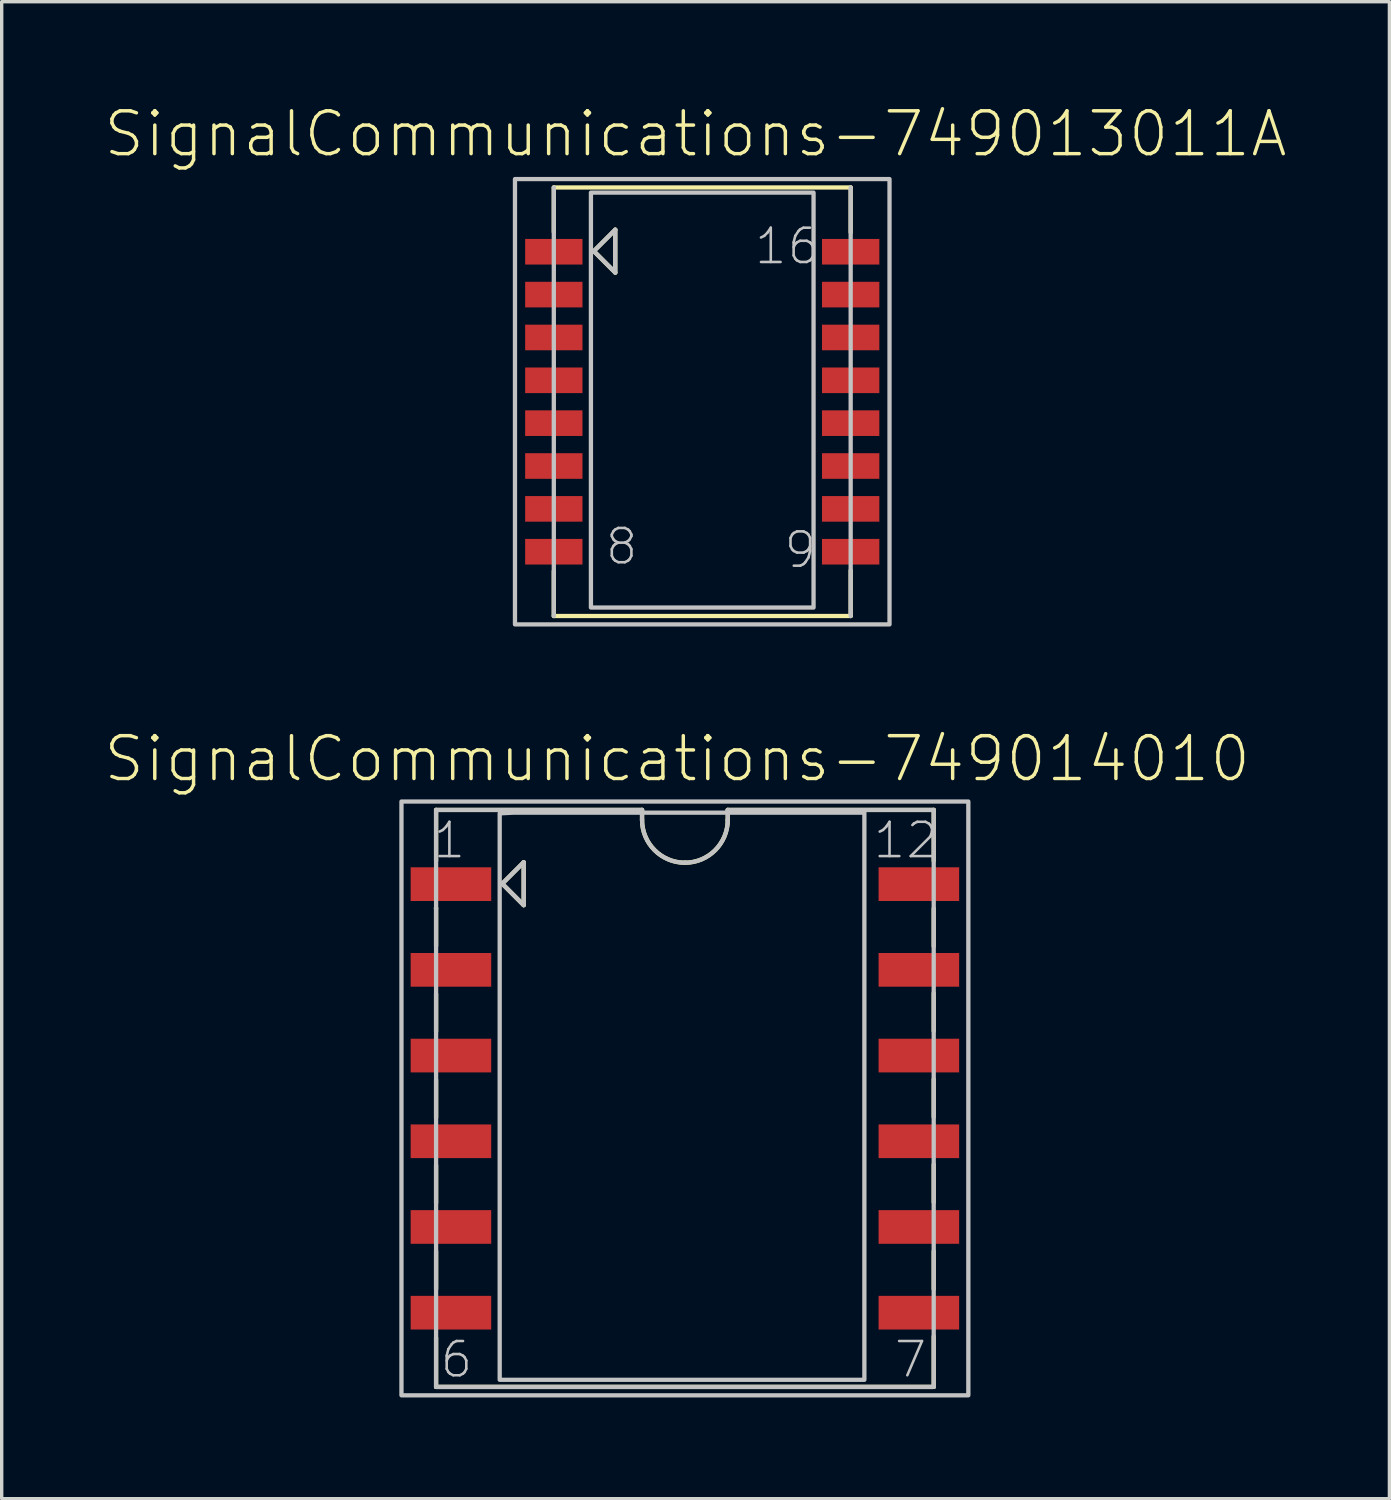
<source format=kicad_pcb>
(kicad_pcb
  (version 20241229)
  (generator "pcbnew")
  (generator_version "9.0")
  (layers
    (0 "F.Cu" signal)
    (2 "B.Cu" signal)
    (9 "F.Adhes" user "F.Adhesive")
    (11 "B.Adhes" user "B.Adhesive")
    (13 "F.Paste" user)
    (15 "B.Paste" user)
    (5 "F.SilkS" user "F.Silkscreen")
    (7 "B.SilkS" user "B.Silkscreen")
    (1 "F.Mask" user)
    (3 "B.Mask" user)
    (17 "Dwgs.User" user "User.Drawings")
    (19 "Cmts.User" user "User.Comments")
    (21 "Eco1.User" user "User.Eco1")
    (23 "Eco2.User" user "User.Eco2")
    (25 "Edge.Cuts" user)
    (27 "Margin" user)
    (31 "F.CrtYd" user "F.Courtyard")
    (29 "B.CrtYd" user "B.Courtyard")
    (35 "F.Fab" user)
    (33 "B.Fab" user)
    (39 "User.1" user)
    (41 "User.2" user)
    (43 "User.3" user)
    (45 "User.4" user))
  (footprint "SignalCommunications-749014010"
    (layer "F.Cu")
    (at 17.248 29.503)
    (property "Reference" "SignalCommunications-749014010" (at -0.229 -10.063 0) (layer "F.SilkS") (effects (font (size 1.27 1.27) (thickness 0.102))))
    (attr smd)
    (fp_line (start -7.379 -5.639) (end -7.374 -5.639) (stroke (width 0.127) (type solid)) (layer "F.SilkS"))
    (fp_line (start -7.374 -8.55) (end -7.374 -7.043) (stroke (width 0.127) (type solid)) (layer "F.SilkS"))
    (fp_line (start -7.374 -8.55) (end -1.27 -8.55) (stroke (width 0.127) (type solid)) (layer "F.SilkS"))
    (fp_line (start -7.374 -5.639) (end -7.374 -4.519) (stroke (width 0.127) (type solid)) (layer "F.SilkS"))
    (fp_line (start -7.374 -3.099) (end -7.374 -1.979) (stroke (width 0.127) (type solid)) (layer "F.SilkS"))
    (fp_line (start -7.374 -0.549) (end -7.374 0.569) (stroke (width 0.127) (type solid)) (layer "F.SilkS"))
    (fp_line (start -7.374 1.979) (end -7.374 3.099) (stroke (width 0.127) (type solid)) (layer "F.SilkS"))
    (fp_line (start -7.374 4.529) (end -7.374 5.649) (stroke (width 0.127) (type solid)) (layer "F.SilkS"))
    (fp_line (start -7.374 7.094) (end -7.374 8.55) (stroke (width 0.127) (type solid)) (layer "F.SilkS"))
    (fp_line (start -5.413 -6.363) (end -4.778 -5.728) (stroke (width 0.127) (type solid)) (layer "F.SilkS"))
    (fp_line (start -4.778 -6.998) (end -5.413 -6.363) (stroke (width 0.127) (type solid)) (layer "F.SilkS"))
    (fp_line (start -4.778 -5.728) (end -4.778 -6.998) (stroke (width 0.127) (type solid)) (layer "F.SilkS"))
    (fp_line (start -1.27 -8.55) (end -1.27 -8.255) (stroke (width 0.127) (type solid)) (layer "F.SilkS"))
    (fp_line (start 1.27 -8.55) (end 7.374 -8.55) (stroke (width 0.127) (type solid)) (layer "F.SilkS"))
    (fp_line (start 1.27 -8.255) (end 1.27 -8.55) (stroke (width 0.127) (type solid)) (layer "F.SilkS"))
    (fp_line (start 7.374 -8.55) (end 7.374 -7.043) (stroke (width 0.127) (type solid)) (layer "F.SilkS"))
    (fp_line (start 7.374 -5.629) (end 7.374 -4.508) (stroke (width 0.127) (type solid)) (layer "F.SilkS"))
    (fp_line (start 7.374 -3.119) (end 7.374 -1.999) (stroke (width 0.127) (type solid)) (layer "F.SilkS"))
    (fp_line (start 7.374 -0.569) (end 7.374 0.549) (stroke (width 0.127) (type solid)) (layer "F.SilkS"))
    (fp_line (start 7.374 1.958) (end 7.374 3.078) (stroke (width 0.127) (type solid)) (layer "F.SilkS"))
    (fp_line (start 7.374 4.529) (end 7.374 5.649) (stroke (width 0.127) (type solid)) (layer "F.SilkS"))
    (fp_line (start 7.374 7.054) (end 7.374 8.55) (stroke (width 0.127) (type solid)) (layer "F.SilkS"))
    (fp_line (start 7.374 8.55) (end -7.374 8.55) (stroke (width 0.127) (type solid)) (layer "F.SilkS"))
    (fp_arc (start 0 -6.985) (mid -0.898026 -7.356974) (end -1.27 -8.255) (stroke (width 0.127) (type solid)) (layer "F.SilkS"))
    (fp_arc (start 1.27 -8.255) (mid 0.898026 -7.356974) (end 0 -6.985) (stroke (width 0.127) (type solid)) (layer "F.SilkS"))
    (fp_line (start -7.374 -8.55) (end -7.374 8.55) (stroke (width 0.127) (type solid)) (layer "Dwgs.User"))
    (fp_line (start -7.374 -8.55) (end -1.27 -8.55) (stroke (width 0.127) (type solid)) (layer "Dwgs.User"))
    (fp_line (start -7.374 8.55) (end 7.374 8.55) (stroke (width 0.127) (type solid)) (layer "Dwgs.User"))
    (fp_line (start -5.413 -6.363) (end -4.778 -5.728) (stroke (width 0.127) (type solid)) (layer "Dwgs.User"))
    (fp_line (start -4.778 -6.998) (end -5.413 -6.363) (stroke (width 0.127) (type solid)) (layer "Dwgs.User"))
    (fp_line (start -4.778 -5.728) (end -4.778 -6.998) (stroke (width 0.127) (type solid)) (layer "Dwgs.User"))
    (fp_line (start -1.27 -8.55) (end -1.27 -8.255) (stroke (width 0.127) (type solid)) (layer "Dwgs.User"))
    (fp_line (start 1.27 -8.55) (end 7.374 -8.55) (stroke (width 0.127) (type solid)) (layer "Dwgs.User"))
    (fp_line (start 1.27 -8.255) (end 1.27 -8.55) (stroke (width 0.127) (type solid)) (layer "Dwgs.User"))
    (fp_line (start 7.374 8.55) (end 7.374 -8.55) (stroke (width 0.127) (type solid)) (layer "Dwgs.User"))
    (fp_arc (start 0 -6.985) (mid -0.898026 -7.356974) (end -1.27 -8.255) (stroke (width 0.127) (type solid)) (layer "Dwgs.User"))
    (fp_arc (start 1.27 -8.255) (mid 0.898026 -7.356974) (end 0 -6.985) (stroke (width 0.127) (type solid)) (layer "Dwgs.User"))
    (fp_poly (pts (xy -5.098 -8.468) (xy 5.319 -8.468) (xy 5.319 8.339) (xy -5.489 8.339) (xy -5.489 -8.448) (xy -5.098 -8.468)) (stroke (width 0.127) (type solid)) (fill no) (layer "Dwgs.User"))
    (fp_poly (pts (xy -7.998 -8.799) (xy 8.4 -8.799) (xy 8.4 8.799) (xy -8.4 8.799) (xy -8.4 -8.799) (xy -7.899 -8.799) (xy -7.998 -8.799)) (stroke (width 0.127) (type solid)) (fill no) (layer "Dwgs.User"))
    (fp_text user "1" (at -6.98 -7.648 0) (layer "Dwgs.User") (effects (font (size 1.016 1.016) (thickness 0.076))))
    (fp_text user "6" (at -6.769 7.739 0) (layer "Dwgs.User") (effects (font (size 1.016 1.016) (thickness 0.076))))
    (fp_text user "12" (at 6.548 -7.648 0) (layer "Dwgs.User") (effects (font (size 1.016 1.016) (thickness 0.076))))
    (fp_text user "7" (at 6.688 7.739 0) (layer "Dwgs.User") (effects (font (size 1.016 1.016) (thickness 0.076))))
    (pad "1" smd rect (at -6.934 -6.35) (size 2.388 0.998) (layers "F.Cu" "F.Mask" "F.Paste"))
    (pad "2" smd rect (at -6.934 -3.81) (size 2.388 0.998) (layers "F.Cu" "F.Mask" "F.Paste"))
    (pad "3" smd rect (at -6.934 -1.27) (size 2.388 0.998) (layers "F.Cu" "F.Mask" "F.Paste"))
    (pad "4" smd rect (at -6.934 1.27) (size 2.388 0.998) (layers "F.Cu" "F.Mask" "F.Paste"))
    (pad "5" smd rect (at -6.934 3.81) (size 2.388 0.998) (layers "F.Cu" "F.Mask" "F.Paste"))
    (pad "6" smd rect (at -6.934 6.35) (size 2.388 0.998) (layers "F.Cu" "F.Mask" "F.Paste"))
    (pad "7" smd rect (at 6.934 6.35) (size 2.388 0.998) (layers "F.Cu" "F.Mask" "F.Paste"))
    (pad "8" smd rect (at 6.934 3.81) (size 2.388 0.998) (layers "F.Cu" "F.Mask" "F.Paste"))
    (pad "9" smd rect (at 6.934 1.27) (size 2.388 0.998) (layers "F.Cu" "F.Mask" "F.Paste"))
    (pad "10" smd rect (at 6.934 -1.27) (size 2.388 0.998) (layers "F.Cu" "F.Mask" "F.Paste"))
    (pad "11" smd rect (at 6.934 -3.81) (size 2.388 0.998) (layers "F.Cu" "F.Mask" "F.Paste"))
    (pad "12" smd rect (at 6.934 -6.35) (size 2.388 0.998) (layers "F.Cu" "F.Mask" "F.Paste")))
  (footprint "SignalCommunications-749013011A"
    (layer "F.Cu")
    (at 17.762 8.856)
    (property "Reference" "SignalCommunications-749013011A" (at -0.198 -7.935 0) (layer "F.SilkS") (effects (font (size 1.27 1.27) (thickness 0.102))))
    (attr smd)
    (fp_line (start -4.399 -6.35) (end 4.399 -6.35) (stroke (width 0.127) (type solid)) (layer "F.SilkS"))
    (fp_line (start -4.399 -5.029) (end -4.399 -6.35) (stroke (width 0.127) (type solid)) (layer "F.SilkS"))
    (fp_line (start -4.399 5.019) (end -4.399 6.35) (stroke (width 0.127) (type solid)) (layer "F.SilkS"))
    (fp_line (start -3.213 -4.463) (end -2.578 -3.828) (stroke (width 0.127) (type solid)) (layer "F.SilkS"))
    (fp_line (start -2.578 -5.098) (end -3.213 -4.463) (stroke (width 0.127) (type solid)) (layer "F.SilkS"))
    (fp_line (start -2.578 -3.828) (end -2.578 -5.098) (stroke (width 0.127) (type solid)) (layer "F.SilkS"))
    (fp_line (start 4.399 -5.019) (end 4.399 -6.35) (stroke (width 0.127) (type solid)) (layer "F.SilkS"))
    (fp_line (start 4.399 4.999) (end 4.399 6.35) (stroke (width 0.127) (type solid)) (layer "F.SilkS"))
    (fp_line (start 4.399 6.35) (end -4.399 6.35) (stroke (width 0.127) (type solid)) (layer "F.SilkS"))
    (fp_line (start -4.399 6.35) (end -4.399 -6.35) (stroke (width 0.127) (type solid)) (layer "Dwgs.User"))
    (fp_line (start -3.213 -4.463) (end -2.578 -3.828) (stroke (width 0.127) (type solid)) (layer "Dwgs.User"))
    (fp_line (start -2.578 -5.098) (end -3.213 -4.463) (stroke (width 0.127) (type solid)) (layer "Dwgs.User"))
    (fp_line (start -2.578 -3.828) (end -2.578 -5.098) (stroke (width 0.127) (type solid)) (layer "Dwgs.User"))
    (fp_line (start 4.399 -6.35) (end 4.399 6.35) (stroke (width 0.127) (type solid)) (layer "Dwgs.User"))
    (fp_poly (pts (xy 5.55 -6.599) (xy 5.55 6.599) (xy -5.55 6.599) (xy -5.55 -6.599) (xy 5.55 -6.599)) (stroke (width 0.127) (type solid)) (fill no) (layer "Dwgs.User"))
    (fp_poly (pts (xy 3.299 -6.099) (xy 3.299 6.099) (xy -3.299 6.099) (xy -3.299 -6.198) (xy 3.299 -6.198) (xy 3.299 -5.898) (xy 3.299 -6.099)) (stroke (width 0.127) (type solid)) (fill no) (layer "Dwgs.User"))
    (fp_text user "16" (at 2.515 -4.608 0) (layer "Dwgs.User") (effects (font (size 1.016 1.016) (thickness 0.076))))
    (fp_text user "8" (at -2.39 4.29 0) (layer "Dwgs.User") (effects (font (size 1.016 1.016) (thickness 0.076))))
    (fp_text user "9" (at 2.906 4.392 0) (layer "Dwgs.User") (effects (font (size 1.016 1.016) (thickness 0.076))))
    (pad "1" smd rect (at -4.399 -4.445) (size 1.699 0.759) (layers "F.Cu" "F.Mask" "F.Paste"))
    (pad "2" smd rect (at -4.399 -3.175) (size 1.699 0.759) (layers "F.Cu" "F.Mask" "F.Paste"))
    (pad "3" smd rect (at -4.399 -1.905) (size 1.699 0.759) (layers "F.Cu" "F.Mask" "F.Paste"))
    (pad "4" smd rect (at -4.399 -0.635) (size 1.699 0.759) (layers "F.Cu" "F.Mask" "F.Paste"))
    (pad "5" smd rect (at -4.399 0.635) (size 1.699 0.759) (layers "F.Cu" "F.Mask" "F.Paste"))
    (pad "6" smd rect (at -4.399 1.905) (size 1.699 0.759) (layers "F.Cu" "F.Mask" "F.Paste"))
    (pad "7" smd rect (at -4.399 3.175) (size 1.699 0.759) (layers "F.Cu" "F.Mask" "F.Paste"))
    (pad "8" smd rect (at -4.399 4.445) (size 1.699 0.759) (layers "F.Cu" "F.Mask" "F.Paste"))
    (pad "9" smd rect (at 4.399 4.445) (size 1.699 0.759) (layers "F.Cu" "F.Mask" "F.Paste"))
    (pad "10" smd rect (at 4.399 3.175) (size 1.699 0.759) (layers "F.Cu" "F.Mask" "F.Paste"))
    (pad "11" smd rect (at 4.399 1.905) (size 1.699 0.759) (layers "F.Cu" "F.Mask" "F.Paste"))
    (pad "12" smd rect (at 4.399 0.635) (size 1.699 0.759) (layers "F.Cu" "F.Mask" "F.Paste"))
    (pad "13" smd rect (at 4.399 -0.635) (size 1.699 0.759) (layers "F.Cu" "F.Mask" "F.Paste"))
    (pad "14" smd rect (at 4.399 -1.905) (size 1.699 0.759) (layers "F.Cu" "F.Mask" "F.Paste"))
    (pad "15" smd rect (at 4.399 -3.175) (size 1.699 0.759) (layers "F.Cu" "F.Mask" "F.Paste"))
    (pad "16" smd rect (at 4.399 -4.445) (size 1.699 0.759) (layers "F.Cu" "F.Mask" "F.Paste")))
  (gr_rect
    (start -3 -3)
    (end 38.127 41.365)
    (stroke (width 0.1) (type default))
    (fill no)
    (layer "Edge.Cuts")))
</source>
